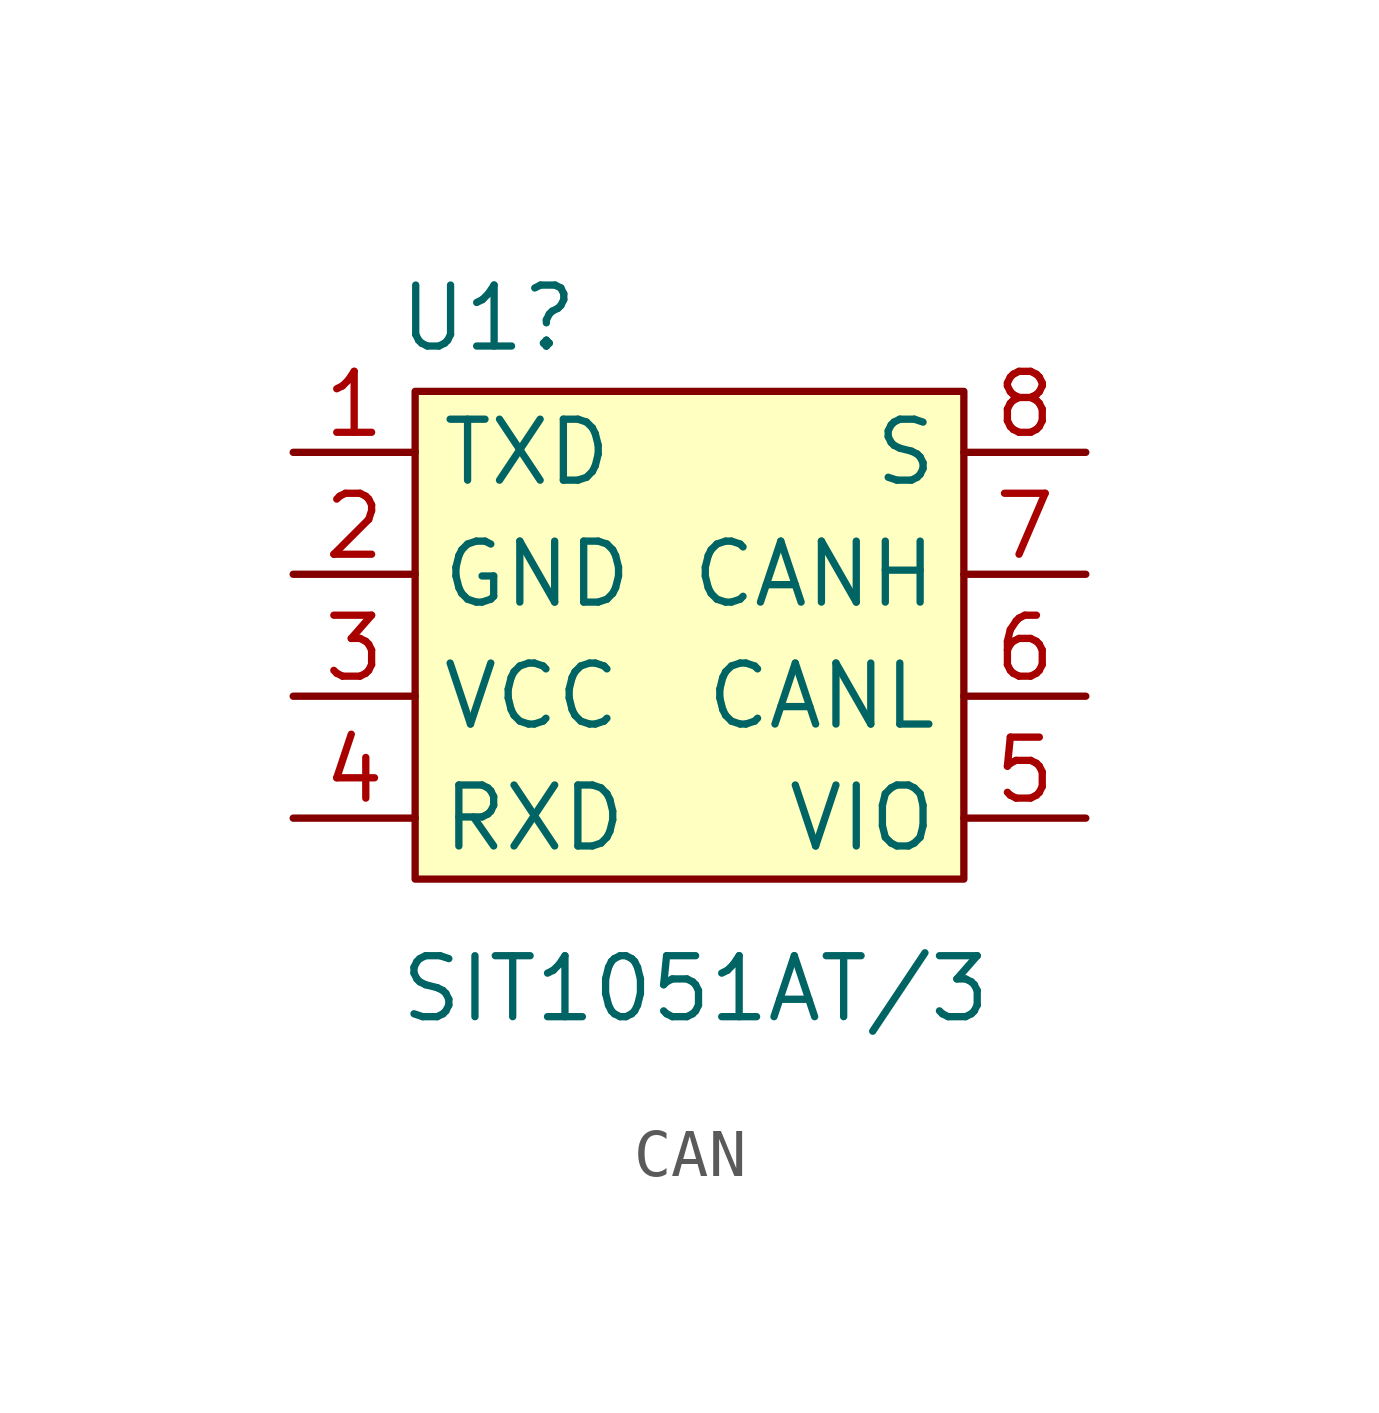
<source format=kicad_sym>
(kicad_symbol_lib
  (version 20241209)
  (generator "kicad_symbol_editor")
  (generator_version "9.0")
  (symbol "CAN"
    (property "Reference" "U1"
      (at -4.826 6.604 0)
      (effects (font (size 1.27 1.27))))
    (property "Value" "SIT1051AT/3"
      (at -0.508 -7.366 0)
      (effects (font (size 1.27 1.27))))
    (symbol "CAN_1_1"
      (rectangle (start -6.35 5.08) (end 5.08 -5.08) (stroke (width 0) (type solid)) (fill (type background)))
      (pin input line (at -8.89 3.81 0) (length 2.54) (name "TXD" (effects (font (size 1.27 1.27)))) (number "1" (effects (font (size 1.27 1.27)))))
      (pin power_in line (at -8.89 1.27 0) (length 2.54) (name "GND" (effects (font (size 1.27 1.27)))) (number "2" (effects (font (size 1.27 1.27)))))
      (pin power_in line (at -8.89 -1.27 0) (length 2.54) (name "VCC" (effects (font (size 1.27 1.27)))) (number "3" (effects (font (size 1.27 1.27)))))
      (pin output line (at -8.89 -3.81 0) (length 2.54) (name "RXD" (effects (font (size 1.27 1.27)))) (number "4" (effects (font (size 1.27 1.27)))))
      (pin input line (at 7.62 3.81 180) (length 2.54) (name "S" (effects (font (size 1.27 1.27)))) (number "8" (effects (font (size 1.27 1.27)))))
      (pin bidirectional line (at 7.62 1.27 180) (length 2.54) (name "CANH" (effects (font (size 1.27 1.27)))) (number "7" (effects (font (size 1.27 1.27)))))
      (pin bidirectional line (at 7.62 -1.27 180) (length 2.54) (name "CANL" (effects (font (size 1.27 1.27)))) (number "6" (effects (font (size 1.27 1.27)))))
      (pin input line (at 7.62 -3.81 180) (length 2.54) (name "VIO" (effects (font (size 1.27 1.27)))) (number "5" (effects (font (size 1.27 1.27))))))))
</source>
